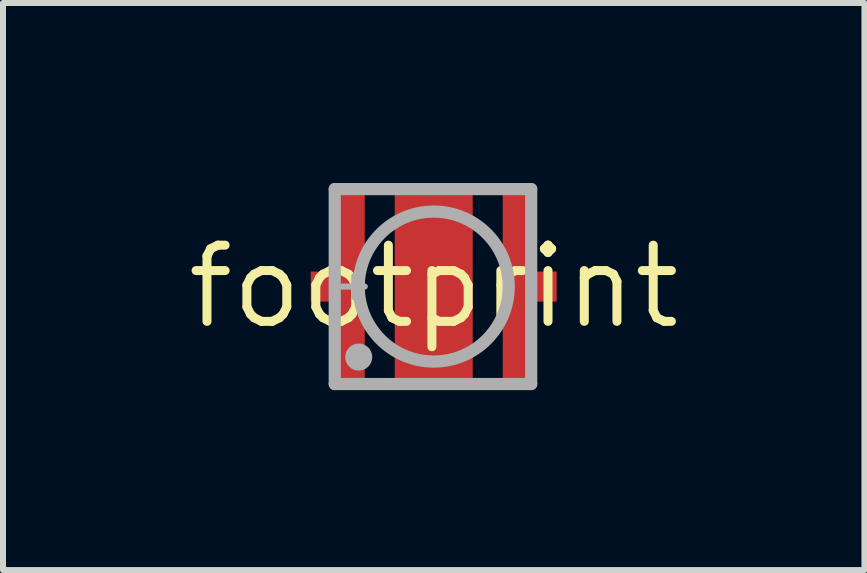
<source format=kicad_pcb>
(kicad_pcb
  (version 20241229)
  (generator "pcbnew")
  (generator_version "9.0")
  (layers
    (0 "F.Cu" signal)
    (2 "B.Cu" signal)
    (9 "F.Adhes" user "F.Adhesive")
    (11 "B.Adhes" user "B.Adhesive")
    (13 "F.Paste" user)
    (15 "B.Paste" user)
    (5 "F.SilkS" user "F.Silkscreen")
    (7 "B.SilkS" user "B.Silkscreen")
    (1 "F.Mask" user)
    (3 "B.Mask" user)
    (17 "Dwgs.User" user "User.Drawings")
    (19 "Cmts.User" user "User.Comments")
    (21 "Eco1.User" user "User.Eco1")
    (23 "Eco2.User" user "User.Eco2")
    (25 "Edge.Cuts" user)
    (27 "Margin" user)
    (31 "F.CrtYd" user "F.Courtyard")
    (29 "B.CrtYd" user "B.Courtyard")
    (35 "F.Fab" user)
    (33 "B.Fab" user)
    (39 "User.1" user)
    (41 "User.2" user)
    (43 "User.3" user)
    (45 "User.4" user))
  (footprint "footprint"
    (layer "F.Cu")
    (at 4.18 1.727)
    (property "Reference" "footprint" (at 0 0 0) (layer "F.SilkS") (effects (font (size 1.27 1.27) (thickness 0.15))))
    (fp_poly (pts (xy -2 0.2) (xy -1.575 0.2) (xy -1.575 -0.2) (xy -2 -0.2)) (stroke (width 0) (type solid)) (fill yes) (layer "F.Paste"))
    (fp_poly (pts (xy -1.6 1.575) (xy -1.2 1.575) (xy -1.2 -1.6) (xy -1.6 -1.6)) (stroke (width 0) (type solid)) (fill yes) (layer "F.Paste"))
    (fp_poly (pts (xy -0.6 1.6) (xy 0.6 1.6) (xy 0.6 -1.6) (xy -0.6 -1.6)) (stroke (width 0) (type solid)) (fill yes) (layer "F.Paste"))
    (fp_poly (pts (xy 1.6 -1.575) (xy 1.2 -1.575) (xy 1.2 1.6) (xy 1.6 1.6)) (stroke (width 0) (type solid)) (fill yes) (layer "F.Paste"))
    (fp_poly (pts (xy 2 -0.2) (xy 1.575 -0.2) (xy 1.575 0.2) (xy 2 0.2)) (stroke (width 0) (type solid)) (fill yes) (layer "F.Paste"))
    (fp_line (start -1.65 -1.625) (end 1.625 -1.625) (stroke (width 0.203) (type solid)) (layer "F.Fab"))
    (fp_line (start -1.65 1.625) (end -1.65 -1.625) (stroke (width 0.203) (type solid)) (layer "F.Fab"))
    (fp_line (start -1.525 0) (end -1.15 0) (stroke (width 0.102) (type solid)) (layer "F.Fab"))
    (fp_line (start -1.325 -0.175) (end -1.325 0.175) (stroke (width 0.102) (type solid)) (layer "F.Fab"))
    (fp_line (start 1.625 -1.625) (end 1.625 1.625) (stroke (width 0.203) (type solid)) (layer "F.Fab"))
    (fp_line (start 1.625 1.625) (end -1.65 1.625) (stroke (width 0.203) (type solid)) (layer "F.Fab"))
    (fp_circle (center -1.25 1.175) (end -1.137 1.175) (stroke (width 0.225) (type solid)) (fill no) (layer "F.Fab"))
    (fp_circle (center 0 0) (end 1.25 0) (stroke (width 0.203) (type solid)) (fill no) (layer "F.Fab"))
    (pad "A" smd rect (at -1.4 0) (size 0.5 3.3) (layers "F.Cu" "F.Mask"))
    (pad "A@1" smd rect (at -1.825 0) (size 0.45 0.5) (layers "F.Cu" "F.Mask"))
    (pad "C" smd rect (at 1.4 0) (size 0.5 3.3) (layers "F.Cu" "F.Mask"))
    (pad "C@1" smd rect (at 1.825 0) (size 0.45 0.5) (layers "F.Cu" "F.Mask"))
    (pad "X" smd rect (at 0 0) (size 1.3 3.3) (layers "F.Cu" "F.Mask")))
  (gr_rect
    (start -3 -3)
    (end 11.36 6.453)
    (stroke (width 0.1) (type default))
    (fill no)
    (layer "Edge.Cuts")))
</source>
